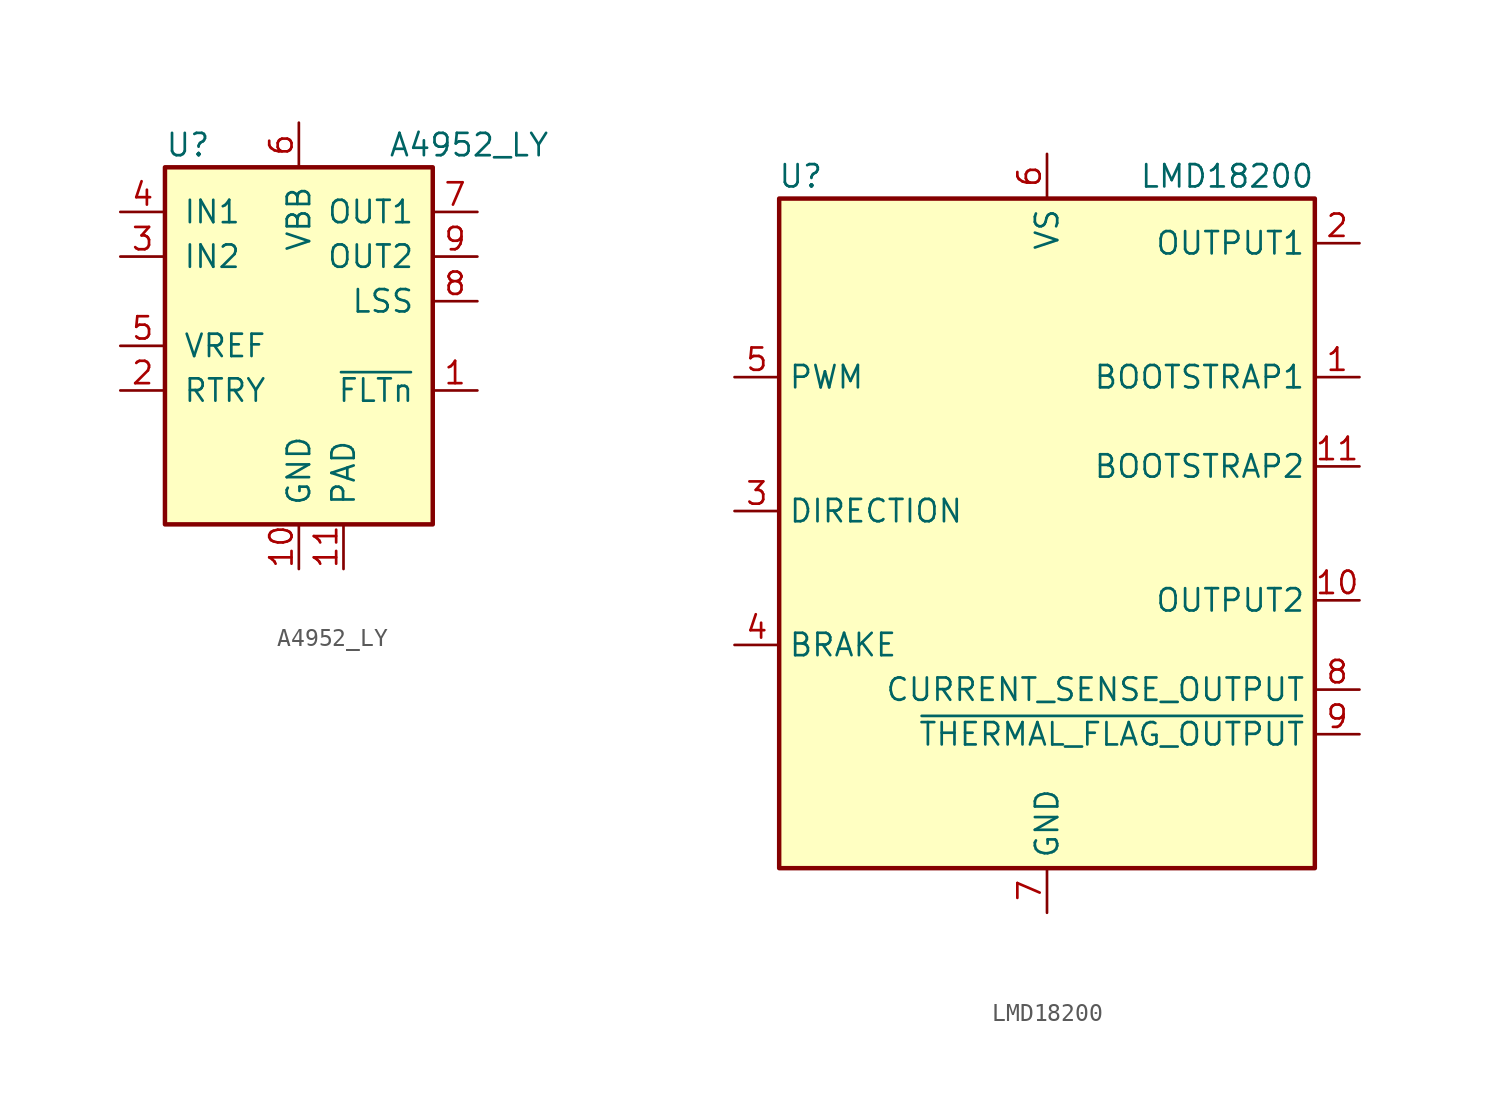
<source format=kicad_sym>
(kicad_symbol_lib
  (version 20211014)
  (generator kicad_symbol_editor)
  (symbol "A4952_LY"
    (pin_names
      (offset 1.016))
    (property "Reference" "U"
      (at -7.62 11.43 0)
      (effects (font (size 1.27 1.27)) (justify left)))
    (property "Value" "A4952_LY"
      (at 5.08 11.43 0)
      (effects (font (size 1.27 1.27)) (justify left)))
    (symbol "A4952_LY_0_1"
      (rectangle (start -7.62 10.16) (end 7.62 -10.16) (stroke (width 0.254) (type default) (color 0 0 0 0)) (fill (type background))))
    (symbol "A4952_LY_1_1"
      (pin output line (at 10.16 -2.54 180) (length 2.54) (name "~{FLTn}" (effects (font (size 1.27 1.27)))) (number "1" (effects (font (size 1.27 1.27)))))
      (pin power_in line (at 0 -12.7 90) (length 2.54) (name "GND" (effects (font (size 1.27 1.27)))) (number "10" (effects (font (size 1.27 1.27)))))
      (pin power_in line (at 2.54 -12.7 90) (length 2.54) (name "PAD" (effects (font (size 1.27 1.27)))) (number "11" (effects (font (size 1.27 1.27)))))
      (pin input line (at -10.16 -2.54 0) (length 2.54) (name "RTRY" (effects (font (size 1.27 1.27)))) (number "2" (effects (font (size 1.27 1.27)))))
      (pin input line (at -10.16 5.08 0) (length 2.54) (name "IN2" (effects (font (size 1.27 1.27)))) (number "3" (effects (font (size 1.27 1.27)))))
      (pin input line (at -10.16 7.62 0) (length 2.54) (name "IN1" (effects (font (size 1.27 1.27)))) (number "4" (effects (font (size 1.27 1.27)))))
      (pin passive line (at -10.16 0 0) (length 2.54) (name "VREF" (effects (font (size 1.27 1.27)))) (number "5" (effects (font (size 1.27 1.27)))))
      (pin power_in line (at 0 12.7 270) (length 2.54) (name "VBB" (effects (font (size 1.27 1.27)))) (number "6" (effects (font (size 1.27 1.27)))))
      (pin power_out line (at 10.16 7.62 180) (length 2.54) (name "OUT1" (effects (font (size 1.27 1.27)))) (number "7" (effects (font (size 1.27 1.27)))))
      (pin power_in line (at 10.16 2.54 180) (length 2.54) (name "LSS" (effects (font (size 1.27 1.27)))) (number "8" (effects (font (size 1.27 1.27)))))
      (pin power_out line (at 10.16 5.08 180) (length 2.54) (name "OUT2" (effects (font (size 1.27 1.27)))) (number "9" (effects (font (size 1.27 1.27)))))))
  (symbol "LMD18200"
    (property "Reference" "U"
      (at -12.7 19.05 0)
      (effects (font (size 1.27 1.27)) (justify right)))
    (property "Value" "LMD18200"
      (at 15.24 19.05 0)
      (effects (font (size 1.27 1.27)) (justify right)))
    (symbol "LMD18200_0_1"
      (rectangle (start -15.24 -20.32) (end 15.24 17.78) (stroke (width 0.254) (type default) (color 0 0 0 0)) (fill (type background))))
    (symbol "LMD18200_1_1"
      (pin passive line (at 17.78 7.62 180) (length 2.54) (name "BOOTSTRAP1" (effects (font (size 1.27 1.27)))) (number "1" (effects (font (size 1.27 1.27)))))
      (pin output line (at 17.78 -5.08 180) (length 2.54) (name "OUTPUT2" (effects (font (size 1.27 1.27)))) (number "10" (effects (font (size 1.27 1.27)))))
      (pin passive line (at 17.78 2.54 180) (length 2.54) (name "BOOTSTRAP2" (effects (font (size 1.27 1.27)))) (number "11" (effects (font (size 1.27 1.27)))))
      (pin output line (at 17.78 15.24 180) (length 2.54) (name "OUTPUT1" (effects (font (size 1.27 1.27)))) (number "2" (effects (font (size 1.27 1.27)))))
      (pin input line (at -17.78 0 0) (length 2.54) (name "DIRECTION" (effects (font (size 1.27 1.27)))) (number "3" (effects (font (size 1.27 1.27)))))
      (pin input line (at -17.78 -7.62 0) (length 2.54) (name "BRAKE" (effects (font (size 1.27 1.27)))) (number "4" (effects (font (size 1.27 1.27)))))
      (pin input line (at -17.78 7.62 0) (length 2.54) (name "PWM" (effects (font (size 1.27 1.27)))) (number "5" (effects (font (size 1.27 1.27)))))
      (pin power_in line (at 0 20.32 270) (length 2.54) (name "VS" (effects (font (size 1.27 1.27)))) (number "6" (effects (font (size 1.27 1.27)))))
      (pin power_in line (at 0 -22.86 90) (length 2.54) (name "GND" (effects (font (size 1.27 1.27)))) (number "7" (effects (font (size 1.27 1.27)))))
      (pin output line (at 17.78 -10.16 180) (length 2.54) (name "CURRENT_SENSE_OUTPUT" (effects (font (size 1.27 1.27)))) (number "8" (effects (font (size 1.27 1.27)))))
      (pin open_collector line (at 17.78 -12.7 180) (length 2.54) (name "~{THERMAL_FLAG_OUTPUT}" (effects (font (size 1.27 1.27)))) (number "9" (effects (font (size 1.27 1.27))))))))
</source>
